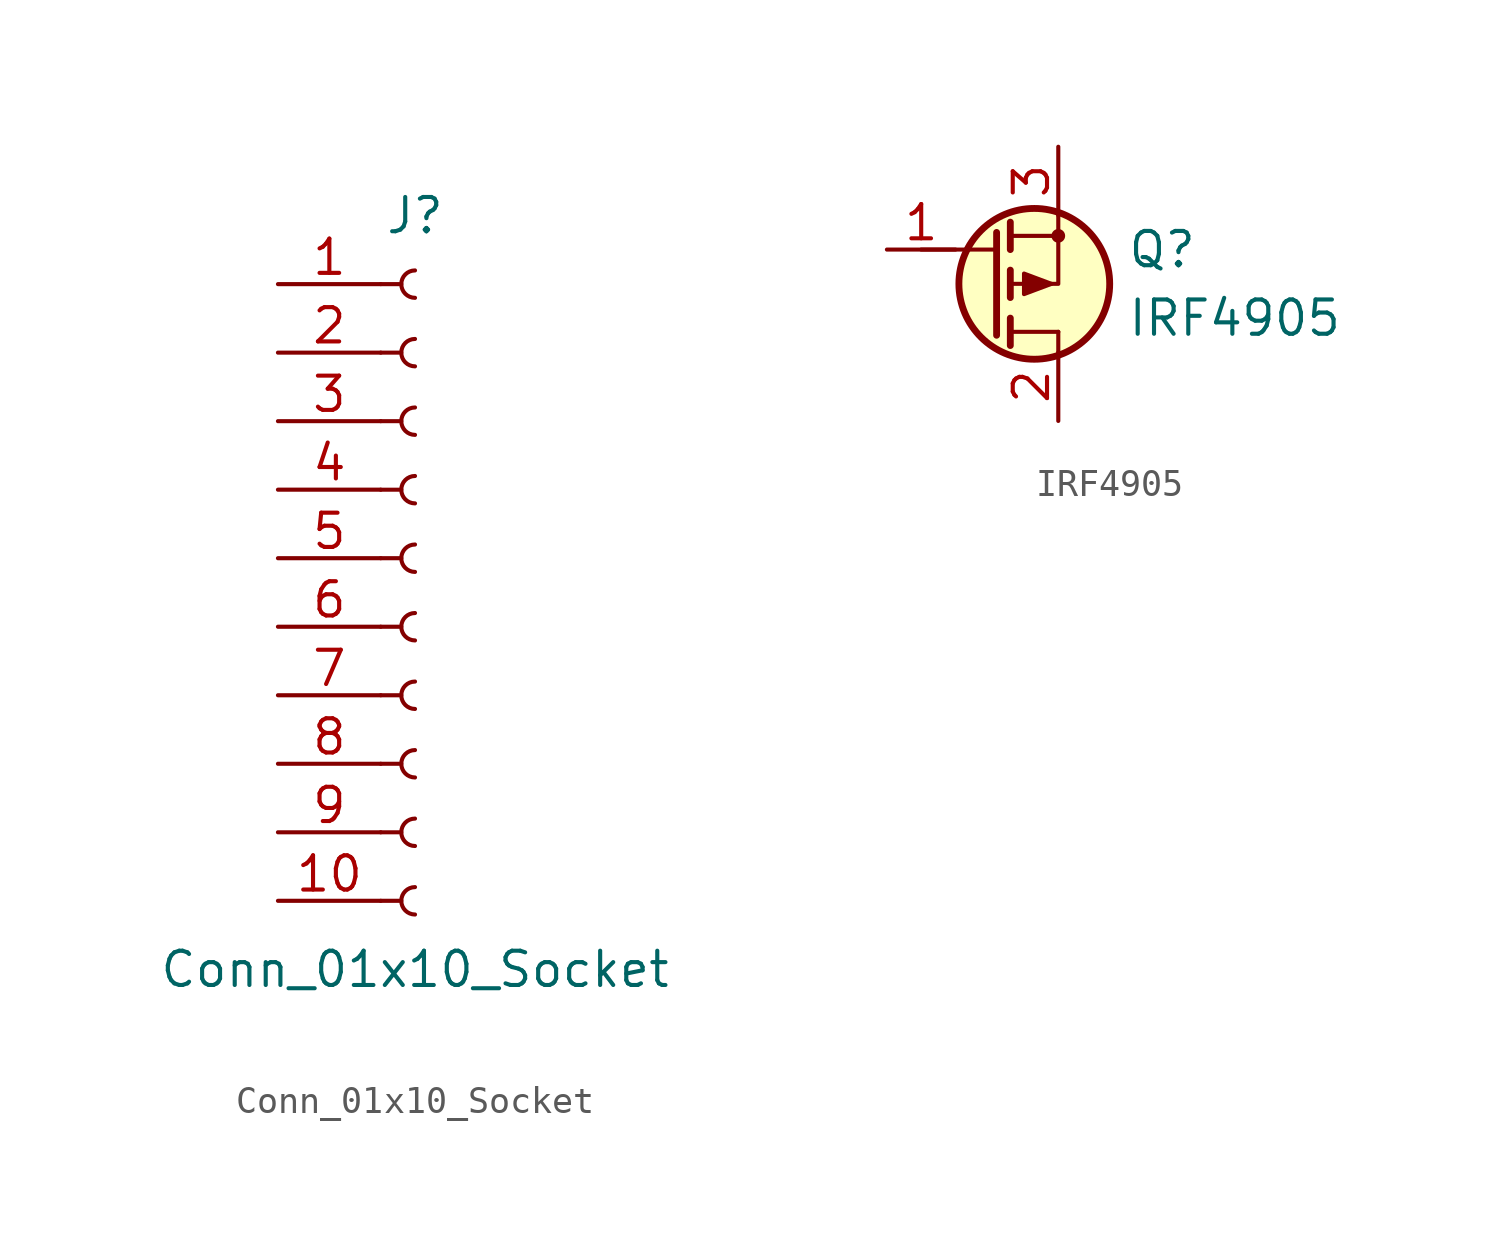
<source format=kicad_sym>
(kicad_symbol_lib
  (version 20231120)
  (generator "kicad_symbol_editor")
  (generator_version "8.0")
  (symbol "Conn_01x10_Socket"
    (pin_names
      (offset 1.016) hide)
    (property "Reference" "J"
      (at 0 12.7 0)
      (effects (font (size 1.27 1.27))))
    (property "Value" "Conn_01x10_Socket"
      (at 0 -15.24 0)
      (effects (font (size 1.27 1.27))))
    (property "ki_locked" ""
      (at 0 0 0)
      (effects (font (size 1.27 1.27))))
    (symbol "Conn_01x10_Socket_1_1"
      (arc (start 0 -12.192) (mid -0.5058 -12.7) (end 0 -13.208) (stroke (width 0.1524) (type default)) (fill (type none)))
      (arc (start 0 -9.652) (mid -0.5058 -10.16) (end 0 -10.668) (stroke (width 0.1524) (type default)) (fill (type none)))
      (arc (start 0 -7.112) (mid -0.5058 -7.62) (end 0 -8.128) (stroke (width 0.1524) (type default)) (fill (type none)))
      (arc (start 0 -4.572) (mid -0.5058 -5.08) (end 0 -5.588) (stroke (width 0.1524) (type default)) (fill (type none)))
      (arc (start 0 -2.032) (mid -0.5058 -2.54) (end 0 -3.048) (stroke (width 0.1524) (type default)) (fill (type none)))
      (polyline (pts (xy -1.27 -12.7) (xy -0.508 -12.7)) (stroke (width 0.152) (type default)) (fill (type none)))
      (polyline (pts (xy -1.27 -10.16) (xy -0.508 -10.16)) (stroke (width 0.152) (type default)) (fill (type none)))
      (polyline (pts (xy -1.27 -7.62) (xy -0.508 -7.62)) (stroke (width 0.152) (type default)) (fill (type none)))
      (polyline (pts (xy -1.27 -5.08) (xy -0.508 -5.08)) (stroke (width 0.152) (type default)) (fill (type none)))
      (polyline (pts (xy -1.27 -2.54) (xy -0.508 -2.54)) (stroke (width 0.152) (type default)) (fill (type none)))
      (polyline (pts (xy -1.27 0) (xy -0.508 0)) (stroke (width 0.152) (type default)) (fill (type none)))
      (polyline (pts (xy -1.27 2.54) (xy -0.508 2.54)) (stroke (width 0.152) (type default)) (fill (type none)))
      (polyline (pts (xy -1.27 5.08) (xy -0.508 5.08)) (stroke (width 0.152) (type default)) (fill (type none)))
      (polyline (pts (xy -1.27 7.62) (xy -0.508 7.62)) (stroke (width 0.152) (type default)) (fill (type none)))
      (polyline (pts (xy -1.27 10.16) (xy -0.508 10.16)) (stroke (width 0.152) (type default)) (fill (type none)))
      (arc (start 0 0.508) (mid -0.5058 0) (end 0 -0.508) (stroke (width 0.1524) (type default)) (fill (type none)))
      (arc (start 0 3.048) (mid -0.5058 2.54) (end 0 2.032) (stroke (width 0.1524) (type default)) (fill (type none)))
      (arc (start 0 5.588) (mid -0.5058 5.08) (end 0 4.572) (stroke (width 0.1524) (type default)) (fill (type none)))
      (arc (start 0 8.128) (mid -0.5058 7.62) (end 0 7.112) (stroke (width 0.1524) (type default)) (fill (type none)))
      (arc (start 0 10.668) (mid -0.5058 10.16) (end 0 9.652) (stroke (width 0.1524) (type default)) (fill (type none)))
      (pin passive line (at -5.08 10.16 0) (length 3.81) (name "Pin_1" (effects (font (size 1.27 1.27)))) (number "1" (effects (font (size 1.27 1.27)))))
      (pin passive line (at -5.08 -12.7 0) (length 3.81) (name "Pin_10" (effects (font (size 1.27 1.27)))) (number "10" (effects (font (size 1.27 1.27)))))
      (pin passive line (at -5.08 7.62 0) (length 3.81) (name "Pin_2" (effects (font (size 1.27 1.27)))) (number "2" (effects (font (size 1.27 1.27)))))
      (pin passive line (at -5.08 5.08 0) (length 3.81) (name "Pin_3" (effects (font (size 1.27 1.27)))) (number "3" (effects (font (size 1.27 1.27)))))
      (pin passive line (at -5.08 2.54 0) (length 3.81) (name "Pin_4" (effects (font (size 1.27 1.27)))) (number "4" (effects (font (size 1.27 1.27)))))
      (pin passive line (at -5.08 0 0) (length 3.81) (name "Pin_5" (effects (font (size 1.27 1.27)))) (number "5" (effects (font (size 1.27 1.27)))))
      (pin passive line (at -5.08 -2.54 0) (length 3.81) (name "Pin_6" (effects (font (size 1.27 1.27)))) (number "6" (effects (font (size 1.27 1.27)))))
      (pin passive line (at -5.08 -5.08 0) (length 3.81) (name "Pin_7" (effects (font (size 1.27 1.27)))) (number "7" (effects (font (size 1.27 1.27)))))
      (pin passive line (at -5.08 -7.62 0) (length 3.81) (name "Pin_8" (effects (font (size 1.27 1.27)))) (number "8" (effects (font (size 1.27 1.27)))))
      (pin passive line (at -5.08 -10.16 0) (length 3.81) (name "Pin_9" (effects (font (size 1.27 1.27)))) (number "9" (effects (font (size 1.27 1.27)))))))
  (symbol "IRF4905"
    (pin_names hide)
    (property "Reference" "Q"
      (at 5.08 1.27 0)
      (effects (font (size 1.27 1.27)) (justify left)))
    (property "Value" "IRF4905"
      (at 5.08 -1.27 0)
      (effects (font (size 1.27 1.27)) (justify left)))
    (symbol "IRF4905_0_1"
      (polyline (pts (xy 0.254 -1.905) (xy 0.254 1.905)) (stroke (width 0.254) (type default)) (fill (type none)))
      (polyline (pts (xy 0.254 1.27) (xy -2.54 1.27)) (stroke (width 0) (type default)) (fill (type none)))
      (polyline (pts (xy 0.762 -2.286) (xy 0.762 -1.27)) (stroke (width 0.254) (type default)) (fill (type none)))
      (polyline (pts (xy 0.762 -1.778) (xy 2.54 -1.778)) (stroke (width 0) (type default)) (fill (type none)))
      (polyline (pts (xy 0.762 -0.508) (xy 0.762 0.508)) (stroke (width 0.254) (type default)) (fill (type none)))
      (polyline (pts (xy 0.762 1.27) (xy 0.762 2.286)) (stroke (width 0.254) (type default)) (fill (type none)))
      (polyline (pts (xy 0.762 1.778) (xy 2.54 1.778)) (stroke (width 0) (type default)) (fill (type none)))
      (polyline (pts (xy 2.54 -2.54) (xy 2.54 -1.778)) (stroke (width 0) (type default)) (fill (type none)))
      (polyline (pts (xy 2.54 2.54) (xy 2.54 0) (xy 0.762 0)) (stroke (width 0) (type default)) (fill (type none)))
      (polyline (pts (xy 2.286 0) (xy 1.27 -0.381) (xy 1.27 0.381) (xy 2.286 0)) (stroke (width 0) (type default)) (fill (type outline))))
    (symbol "IRF4905_1_1"
      (circle (center 1.651 0) (radius 2.794) (stroke (width 0.254) (type default)) (fill (type background)))
      (circle (center 2.54 1.778) (radius 0.178) (stroke (width 0) (type default)) (fill (type outline)))
      (pin input line (at -3.81 1.27 0) (length 2.54) (name "G" (effects (font (size 1.27 1.27)))) (number "1" (effects (font (size 1.27 1.27)))))
      (pin passive line (at 2.54 -5.08 90) (length 2.54) (name "D" (effects (font (size 1.27 1.27)))) (number "2" (effects (font (size 1.27 1.27)))))
      (pin passive line (at 2.54 5.08 270) (length 2.54) (name "S" (effects (font (size 1.27 1.27)))) (number "3" (effects (font (size 1.27 1.27))))))))
</source>
